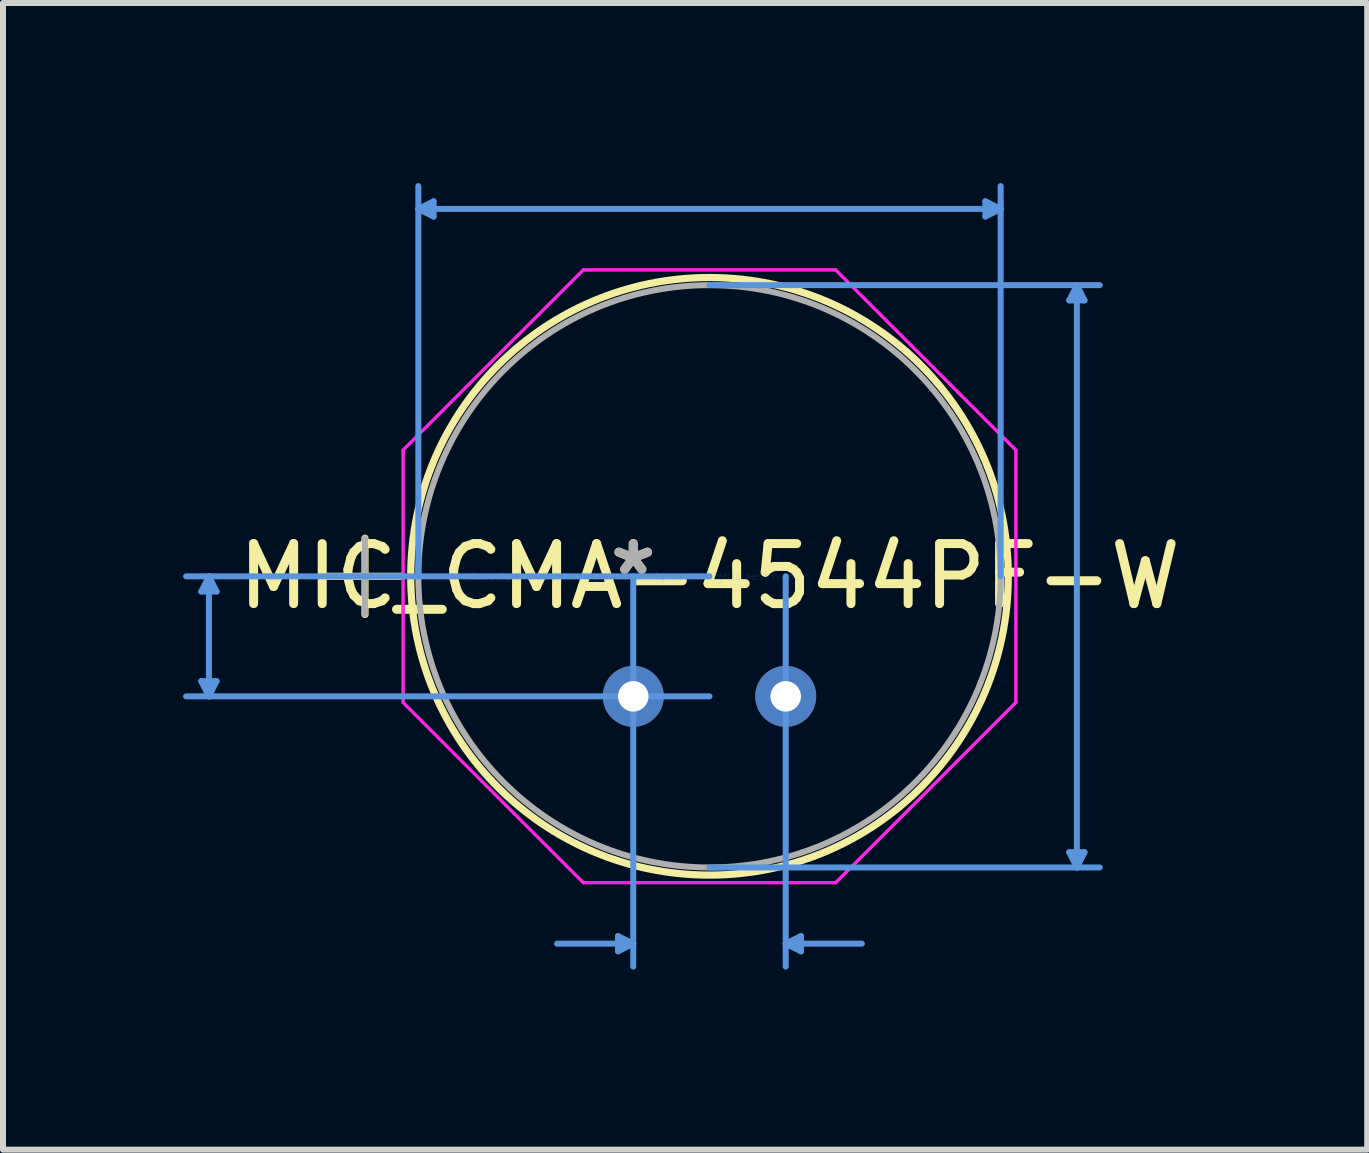
<source format=kicad_pcb>
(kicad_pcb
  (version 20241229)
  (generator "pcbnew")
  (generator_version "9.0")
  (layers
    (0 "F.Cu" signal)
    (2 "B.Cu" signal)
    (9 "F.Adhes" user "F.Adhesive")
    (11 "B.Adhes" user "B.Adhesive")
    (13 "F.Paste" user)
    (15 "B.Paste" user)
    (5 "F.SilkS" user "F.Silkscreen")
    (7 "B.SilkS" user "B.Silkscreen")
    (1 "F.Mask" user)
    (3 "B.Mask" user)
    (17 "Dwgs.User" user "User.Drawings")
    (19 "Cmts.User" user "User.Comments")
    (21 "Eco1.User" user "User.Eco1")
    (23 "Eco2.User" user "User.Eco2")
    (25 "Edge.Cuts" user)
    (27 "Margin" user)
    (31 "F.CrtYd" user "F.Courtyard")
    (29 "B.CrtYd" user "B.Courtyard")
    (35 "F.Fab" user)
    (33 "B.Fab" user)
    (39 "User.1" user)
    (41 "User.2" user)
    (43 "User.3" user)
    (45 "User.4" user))
  (footprint "MIC_CMA-4544PF-W"
    (layer "F.Cu")
    (at 7.501 6.552)
    (property "Reference" "MIC_CMA-4544PF-W" (at 1.27 0 0) (layer "F.SilkS") (effects (font (size 1 1) (thickness 0.15))))
    (attr through_hole)
    (fp_line (start -5.105 0) (end -3.835 0) (stroke (width 0.12) (type solid)) (layer "F.SilkS"))
    (fp_line (start -4.47 -0.635) (end -4.47 0.635) (stroke (width 0.12) (type solid)) (layer "F.SilkS"))
    (fp_circle (center 1.27 0) (end 6.248 0) (stroke (width 0.12) (type solid)) (fill no) (layer "F.SilkS"))
    (fp_line (start -7.197 1.746) (end -7.07 2) (stroke (width 0.1) (type solid)) (layer "Cmts.User"))
    (fp_line (start -7.197 0.254) (end -7.07 0) (stroke (width 0.1) (type solid)) (layer "Cmts.User"))
    (fp_line (start -7.197 0.254) (end -6.943 0.254) (stroke (width 0.1) (type solid)) (layer "Cmts.User"))
    (fp_line (start -7.07 0) (end -7.07 2) (stroke (width 0.1) (type solid)) (layer "Cmts.User"))
    (fp_line (start -6.943 1.746) (end -7.197 1.746) (stroke (width 0.1) (type solid)) (layer "Cmts.User"))
    (fp_line (start -6.943 1.746) (end -7.07 2) (stroke (width 0.1) (type solid)) (layer "Cmts.User"))
    (fp_line (start -6.943 0.254) (end -7.07 0) (stroke (width 0.1) (type solid)) (layer "Cmts.User"))
    (fp_line (start -3.581 -6.121) (end -3.327 -6.248) (stroke (width 0.1) (type solid)) (layer "Cmts.User"))
    (fp_line (start -3.581 -6.121) (end -3.327 -5.994) (stroke (width 0.1) (type solid)) (layer "Cmts.User"))
    (fp_line (start -3.581 -6.121) (end 6.121 -6.121) (stroke (width 0.1) (type solid)) (layer "Cmts.User"))
    (fp_line (start -3.581 0) (end -3.581 -6.502) (stroke (width 0.1) (type solid)) (layer "Cmts.User"))
    (fp_line (start -3.327 -6.248) (end -3.327 -5.994) (stroke (width 0.1) (type solid)) (layer "Cmts.User"))
    (fp_line (start -0.254 5.994) (end -0.254 6.248) (stroke (width 0.1) (type solid)) (layer "Cmts.User"))
    (fp_line (start 0 0) (end 0 6.502) (stroke (width 0.1) (type solid)) (layer "Cmts.User"))
    (fp_line (start 0 6.121) (end -1.27 6.121) (stroke (width 0.1) (type solid)) (layer "Cmts.User"))
    (fp_line (start 0 6.121) (end -0.254 5.994) (stroke (width 0.1) (type solid)) (layer "Cmts.User"))
    (fp_line (start 0 6.121) (end -0.254 6.248) (stroke (width 0.1) (type solid)) (layer "Cmts.User"))
    (fp_line (start 1.27 -4.851) (end 7.772 -4.851) (stroke (width 0.1) (type solid)) (layer "Cmts.User"))
    (fp_line (start 1.27 0) (end -7.451 0) (stroke (width 0.1) (type solid)) (layer "Cmts.User"))
    (fp_line (start 1.27 2) (end -7.451 2) (stroke (width 0.1) (type solid)) (layer "Cmts.User"))
    (fp_line (start 1.27 4.851) (end 7.772 4.851) (stroke (width 0.1) (type solid)) (layer "Cmts.User"))
    (fp_line (start 2.54 0) (end 2.54 6.502) (stroke (width 0.1) (type solid)) (layer "Cmts.User"))
    (fp_line (start 2.54 6.121) (end 2.794 5.994) (stroke (width 0.1) (type solid)) (layer "Cmts.User"))
    (fp_line (start 2.54 6.121) (end 2.794 6.248) (stroke (width 0.1) (type solid)) (layer "Cmts.User"))
    (fp_line (start 2.54 6.121) (end 3.81 6.121) (stroke (width 0.1) (type solid)) (layer "Cmts.User"))
    (fp_line (start 2.794 5.994) (end 2.794 6.248) (stroke (width 0.1) (type solid)) (layer "Cmts.User"))
    (fp_line (start 5.867 -6.248) (end 5.867 -5.994) (stroke (width 0.1) (type solid)) (layer "Cmts.User"))
    (fp_line (start 6.121 -6.121) (end 5.867 -6.248) (stroke (width 0.1) (type solid)) (layer "Cmts.User"))
    (fp_line (start 6.121 -6.121) (end 5.867 -5.994) (stroke (width 0.1) (type solid)) (layer "Cmts.User"))
    (fp_line (start 6.121 0) (end 6.121 -6.502) (stroke (width 0.1) (type solid)) (layer "Cmts.User"))
    (fp_line (start 7.264 -4.597) (end 7.518 -4.597) (stroke (width 0.1) (type solid)) (layer "Cmts.User"))
    (fp_line (start 7.264 4.597) (end 7.518 4.597) (stroke (width 0.1) (type solid)) (layer "Cmts.User"))
    (fp_line (start 7.391 -4.851) (end 7.264 -4.597) (stroke (width 0.1) (type solid)) (layer "Cmts.User"))
    (fp_line (start 7.391 -4.851) (end 7.391 4.851) (stroke (width 0.1) (type solid)) (layer "Cmts.User"))
    (fp_line (start 7.391 -4.851) (end 7.518 -4.597) (stroke (width 0.1) (type solid)) (layer "Cmts.User"))
    (fp_line (start 7.391 4.851) (end 7.264 4.597) (stroke (width 0.1) (type solid)) (layer "Cmts.User"))
    (fp_line (start 7.391 4.851) (end 7.518 4.597) (stroke (width 0.1) (type solid)) (layer "Cmts.User"))
    (fp_line (start -3.835 -2.102) (end -0.832 -5.105) (stroke (width 0.05) (type solid)) (layer "F.CrtYd"))
    (fp_line (start -3.835 -2.102) (end -0.832 -5.105) (stroke (width 0.05) (type solid)) (layer "F.CrtYd"))
    (fp_line (start -3.835 2.102) (end -3.835 -2.102) (stroke (width 0.05) (type solid)) (layer "F.CrtYd"))
    (fp_line (start -3.835 2.102) (end -3.835 -2.102) (stroke (width 0.05) (type solid)) (layer "F.CrtYd"))
    (fp_line (start -0.832 -5.105) (end 3.372 -5.105) (stroke (width 0.05) (type solid)) (layer "F.CrtYd"))
    (fp_line (start -0.832 -5.105) (end 3.372 -5.105) (stroke (width 0.05) (type solid)) (layer "F.CrtYd"))
    (fp_line (start -0.832 5.105) (end -3.835 2.102) (stroke (width 0.05) (type solid)) (layer "F.CrtYd"))
    (fp_line (start -0.832 5.105) (end -3.835 2.102) (stroke (width 0.05) (type solid)) (layer "F.CrtYd"))
    (fp_line (start 3.372 -5.105) (end 6.375 -2.102) (stroke (width 0.05) (type solid)) (layer "F.CrtYd"))
    (fp_line (start 3.372 -5.105) (end 6.375 -2.102) (stroke (width 0.05) (type solid)) (layer "F.CrtYd"))
    (fp_line (start 3.372 5.105) (end -0.832 5.105) (stroke (width 0.05) (type solid)) (layer "F.CrtYd"))
    (fp_line (start 3.372 5.105) (end -0.832 5.105) (stroke (width 0.05) (type solid)) (layer "F.CrtYd"))
    (fp_line (start 6.375 -2.102) (end 6.375 2.102) (stroke (width 0.05) (type solid)) (layer "F.CrtYd"))
    (fp_line (start 6.375 -2.102) (end 6.375 2.102) (stroke (width 0.05) (type solid)) (layer "F.CrtYd"))
    (fp_line (start 6.375 2.102) (end 3.372 5.105) (stroke (width 0.05) (type solid)) (layer "F.CrtYd"))
    (fp_line (start 6.375 2.102) (end 3.372 5.105) (stroke (width 0.05) (type solid)) (layer "F.CrtYd"))
    (fp_line (start -5.105 0) (end -3.835 0) (stroke (width 0.1) (type solid)) (layer "F.Fab"))
    (fp_line (start -4.47 -0.635) (end -4.47 0.635) (stroke (width 0.1) (type solid)) (layer "F.Fab"))
    (fp_circle (center 1.27 0) (end 6.121 0) (stroke (width 0.1) (type solid)) (fill no) (layer "F.Fab"))
    (fp_text user "*" (at 0 0 0) (layer "F.SilkS") (effects (font (size 1 1) (thickness 0.15))))
    (fp_text user "Copyright 2021 Accelerated Designs. All rights reserved." (at 0 0 0) (layer "Cmts.User") (effects (font (size 0.127 0.127) (thickness 0.002))))
    (fp_text user "*" (at 0 0 0) (layer "F.Fab") (effects (font (size 1 1) (thickness 0.15))))
    (pad "1" thru_hole circle (at 0 2) (size 1.016 1.016) (drill 0.508) (layers "*.Cu" "*.Mask"))
    (pad "2" thru_hole circle (at 2.54 2) (size 1.016 1.016) (drill 0.508) (layers "*.Cu" "*.Mask")))
  (gr_rect
    (start -3 -3)
    (end 19.729 16.105)
    (stroke (width 0.1) (type default))
    (fill no)
    (layer "Edge.Cuts")))
</source>
